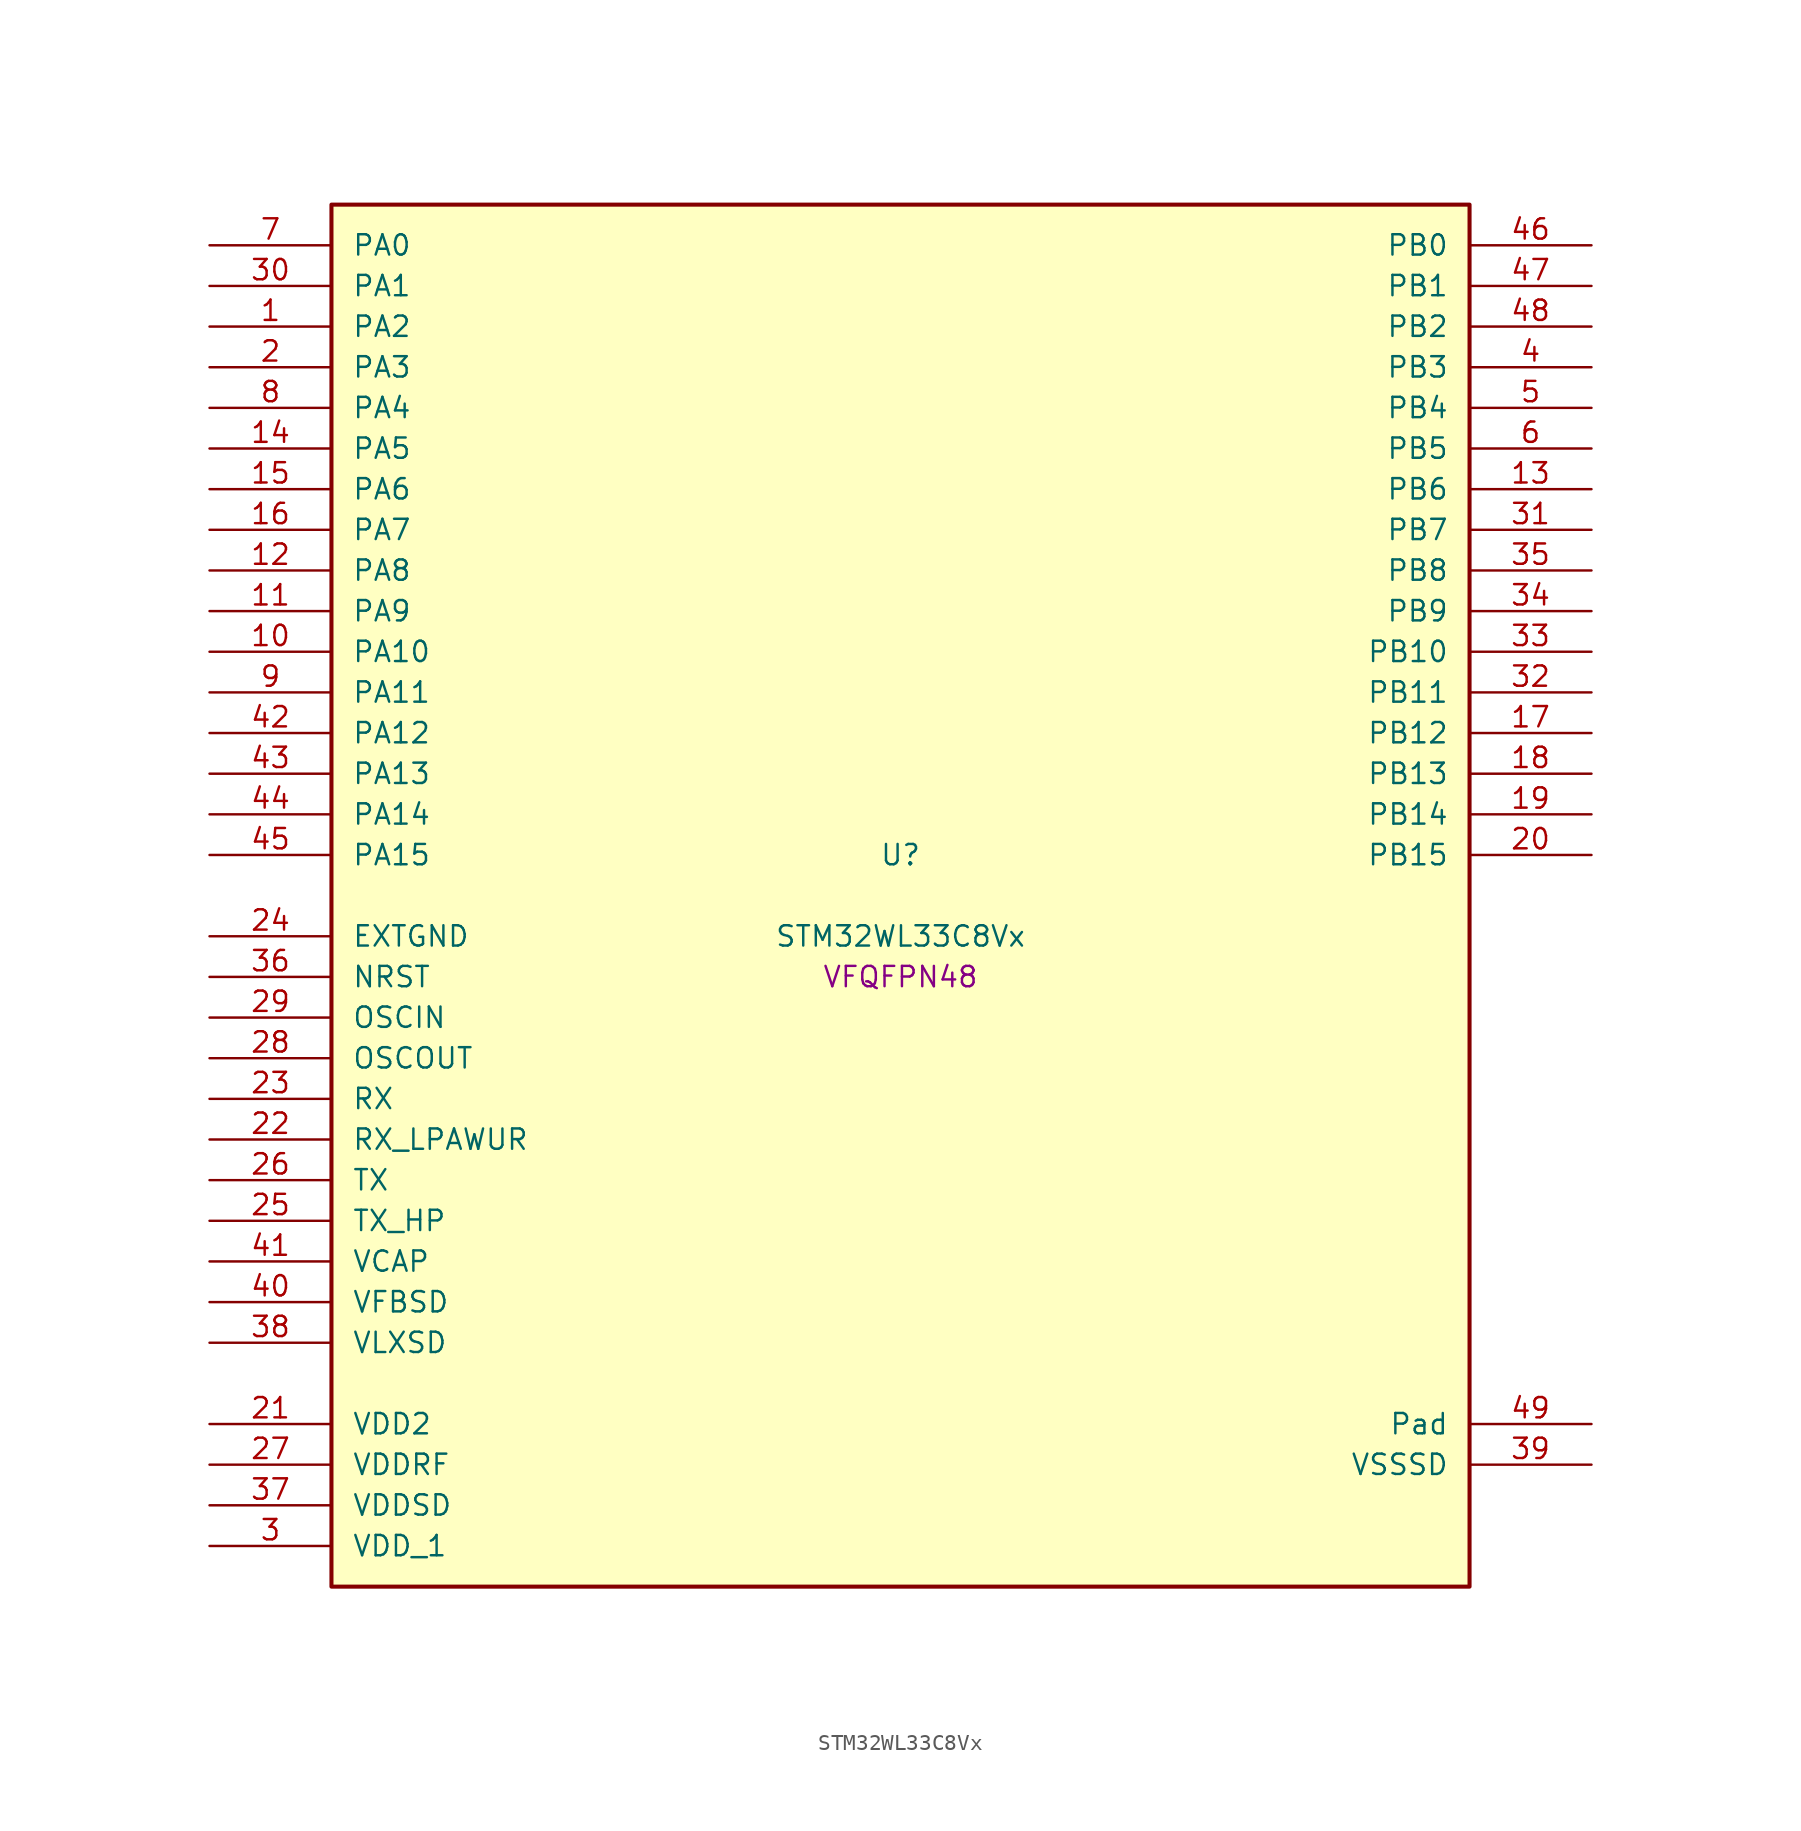
<source format=kicad_sym>
(kicad_symbol_lib
  (version 20241209)
  (generator "stm32_pkl_generator")
  (generator_version "1.0")
  (symbol "STM32WL33C8Vx"
    (pin_names
      (offset 1.27))
    (property "Reference" "U"
      (at 0 2.54 0))
    (property "Value" "STM32WL33C8Vx"
      (at 0 -2.54 0))
    (property "Footprint" "VFQFPN48"
      (at 0 -5.08 0))
    (symbol "STM32WL33C8Vx_1_1"
      (rectangle (start -35.56 43.18) (end 35.56 -43.18) (stroke (width 0.254) (type solid)) (fill (type background)))
      (pin bidirectional line (at -43.18 40.64 0) (length 7.62) (name "PA0") (number "7") (alternate "PA0/I2C1_SCL" bidirectional line) (alternate "PA0/LCD_COM4" bidirectional line) (alternate "PA0/LCD_SEG12" bidirectional line) (alternate "PA0/PWR_WKUP12" bidirectional line) (alternate "PA0/TIM2_CH3" bidirectional line) (alternate "PA0/USART1_CTS" bidirectional line))
      (pin bidirectional line (at -43.18 38.1 0) (length 7.62) (name "PA1") (number "30") (alternate "PA1/I2C1_SDA" bidirectional line) (alternate "PA1/LCD_SEG0" bidirectional line) (alternate "PA1/PWR_WKUP13" bidirectional line) (alternate "PA1/TIM16_BRK" bidirectional line) (alternate "PA1/TIM2_CH4" bidirectional line) (alternate "PA1/USART1_TX" bidirectional line))
      (pin bidirectional line (at -43.18 35.56 0) (length 7.62) (name "PA2") (number "1") (alternate "PA2/ADC1_VINM2" bidirectional line) (alternate "PA2/DEBUG_SWDIO" bidirectional line) (alternate "PA2/I2S3_MCK" bidirectional line) (alternate "PA2/LCD_SEG1" bidirectional line) (alternate "PA2/PWR_WKUP14" bidirectional line) (alternate "PA2/TIM16_CH1" bidirectional line) (alternate "PA2/TIM2_CH1" bidirectional line) (alternate "PA2/USART1_CK" bidirectional line))
      (pin bidirectional line (at -43.18 33.02 0) (length 7.62) (name "PA3") (number "2") (alternate "PA3/ADC1_VINP2" bidirectional line) (alternate "PA3/DEBUG_SWCLK" bidirectional line) (alternate "PA3/I2S3_CK" bidirectional line) (alternate "PA3/LCD_SEG2" bidirectional line) (alternate "PA3/PWR_WKUP15" bidirectional line) (alternate "PA3/SPI3_SCK" bidirectional line) (alternate "PA3/TIM16_CH1N" bidirectional line) (alternate "PA3/TIM2_CH2" bidirectional line) (alternate "PA3/USART1_DE" bidirectional line) (alternate "PA3/USART1_RTS" bidirectional line))
      (pin bidirectional line (at -43.18 30.48 0) (length 7.62) (name "PA4") (number "8") (alternate "PA4/COMP1_OUT" bidirectional line) (alternate "PA4/LPUART1_TX" bidirectional line) (alternate "PA4/RCC_LCO" bidirectional line) (alternate "PA4/TIM2_CH1" bidirectional line))
      (pin bidirectional line (at -43.18 27.94 0) (length 7.62) (name "PA5") (number "14") (alternate "PA5/LCD_SEG9" bidirectional line) (alternate "PA5/LPUART1_RX" bidirectional line) (alternate "PA5/RCC_MCO" bidirectional line) (alternate "PA5/TIM2_CH2" bidirectional line))
      (pin bidirectional line (at -43.18 25.4 0) (length 7.62) (name "PA6") (number "15") (alternate "PA6/I2C2_SCL" bidirectional line) (alternate "PA6/TIM2_CH1" bidirectional line) (alternate "PA6/USART1_CTS" bidirectional line))
      (pin bidirectional line (at -43.18 22.86 0) (length 7.62) (name "PA7") (number "16") (alternate "PA7/I2C2_SDA" bidirectional line) (alternate "PA7/LPUART1_DE" bidirectional line) (alternate "PA7/LPUART1_RTS" bidirectional line) (alternate "PA7/PWR_WKUP7" bidirectional line) (alternate "PA7/TIM2_CH2" bidirectional line))
      (pin bidirectional line (at -43.18 20.32 0) (length 7.62) (name "PA8") (number "12") (alternate "PA8/LCD_COM0" bidirectional line) (alternate "PA8/MRSUBG_RX_SEQUENCE" bidirectional line) (alternate "PA8/PWR_WKUP8" bidirectional line) (alternate "PA8/RTC_OUT" bidirectional line) (alternate "PA8/RTC_TAMP1" bidirectional line) (alternate "PA8/RTC_TS" bidirectional line) (alternate "PA8/SPI3_MISO" bidirectional line) (alternate "PA8/TIM2_CH3" bidirectional line) (alternate "PA8/USART1_RX" bidirectional line))
      (pin bidirectional line (at -43.18 17.78 0) (length 7.62) (name "PA9") (number "11") (alternate "PA9/I2S3_WS" bidirectional line) (alternate "PA9/LCD_SEG3" bidirectional line) (alternate "PA9/PWR_WKUP9" bidirectional line) (alternate "PA9/RTC_OUT" bidirectional line) (alternate "PA9/SPI3_NSS" bidirectional line) (alternate "PA9/TIM2_CH4" bidirectional line) (alternate "PA9/USART1_TX" bidirectional line))
      (pin bidirectional line (at -43.18 15.24 0) (length 7.62) (name "PA10") (number "10") (alternate "PA10/I2S3_MCK" bidirectional line) (alternate "PA10/LCD_SEG4" bidirectional line) (alternate "PA10/LPUART1_CTS" bidirectional line) (alternate "PA10/MRSUBG_TX_DATA" bidirectional line) (alternate "PA10/MRSUBG_TX_SEQUENCE" bidirectional line) (alternate "PA10/PWR_WKUP10" bidirectional line))
      (pin bidirectional line (at -43.18 12.7 0) (length 7.62) (name "PA11") (number "9") (alternate "PA11/I2S3_SD" bidirectional line) (alternate "PA11/LCD_SEG5" bidirectional line) (alternate "PA11/MRSUBG_RX_SEQUENCE" bidirectional line) (alternate "PA11/MRSUBG_TX_CLOCK" bidirectional line) (alternate "PA11/PWR_WKUP11" bidirectional line) (alternate "PA11/RCC_MCO" bidirectional line) (alternate "PA11/SPI3_MOSI" bidirectional line))
      (pin bidirectional line (at -43.18 10.16 0) (length 7.62) (name "PA12") (number "42") (alternate "PA12/DEBUG_SWDIO" bidirectional line) (alternate "PA12/I2C1_SMBA" bidirectional line) (alternate "PA12/SPI1_NSS" bidirectional line) (alternate "PA12/TIM2_CH1" bidirectional line))
      (pin bidirectional line (at -43.18 7.62 0) (length 7.62) (name "PA13") (number "43") (alternate "PA13/COMP1_INM" bidirectional line) (alternate "PA13/DAC1_OUT1" bidirectional line) (alternate "PA13/DEBUG_SWCLK" bidirectional line) (alternate "PA13/I2C2_SCL" bidirectional line) (alternate "PA13/LCD_SEG10" bidirectional line) (alternate "PA13/SPI1_SCK" bidirectional line) (alternate "PA13/TIM2_ETR" bidirectional line))
      (pin bidirectional line (at -43.18 5.08 0) (length 7.62) (name "PA14") (number "44") (alternate "PA14/COMP1_INP" bidirectional line) (alternate "PA14/I2C2_SDA" bidirectional line) (alternate "PA14/LCD_SEG11" bidirectional line) (alternate "PA14/LCSC_LCB" bidirectional line) (alternate "PA14/SPI1_MISO" bidirectional line))
      (pin bidirectional line (at -43.18 2.54 0) (length 7.62) (name "PA15") (number "45") (alternate "PA15/I2C2_SMBA" bidirectional line) (alternate "PA15/SPI1_MOSI" bidirectional line) (alternate "PA15/USART1_RX" bidirectional line))
      (pin bidirectional line (at 43.18 40.64 180) (length 7.62) (name "PB0") (number "46") (alternate "PB0/ADC1_VINM1" bidirectional line) (alternate "PB0/COMP1_INM" bidirectional line) (alternate "PB0/LCD_COM1" bidirectional line) (alternate "PB0/LPUART1_DE" bidirectional line) (alternate "PB0/LPUART1_RTS" bidirectional line) (alternate "PB0/MRSUBG_ANTENNA_SWITCH" bidirectional line) (alternate "PB0/PWR_WKUP0" bidirectional line) (alternate "PB0/SPI1_NSS" bidirectional line) (alternate "PB0/TIM16_CH1" bidirectional line) (alternate "PB0/USART1_RX" bidirectional line))
      (pin bidirectional line (at 43.18 38.1 180) (length 7.62) (name "PB1") (number "47") (alternate "PB1/ADC1_VINP1" bidirectional line) (alternate "PB1/COMP1_INP" bidirectional line) (alternate "PB1/DEBUG_SWDIO" bidirectional line) (alternate "PB1/LCD_SEG6" bidirectional line) (alternate "PB1/LCSC_LCA" bidirectional line) (alternate "PB1/MRSUBG_RX_DATA" bidirectional line) (alternate "PB1/PWR_WKUP1" bidirectional line) (alternate "PB1/SPI1_SCK" bidirectional line) (alternate "PB1/TIM16_CH1N" bidirectional line) (alternate "PB1/USART1_CK" bidirectional line))
      (pin bidirectional line (at 43.18 35.56 180) (length 7.62) (name "PB2") (number "48") (alternate "PB2/ADC1_VINM0" bidirectional line) (alternate "PB2/COMP1_INP" bidirectional line) (alternate "PB2/DEBUG_SWCLK" bidirectional line) (alternate "PB2/LCD_SEG7" bidirectional line) (alternate "PB2/LCSC_LCT" bidirectional line) (alternate "PB2/MRSUBG_RX_CLOCK" bidirectional line) (alternate "PB2/PWR_WKUP2" bidirectional line) (alternate "PB2/SPI1_MISO" bidirectional line) (alternate "PB2/TIM16_BRK" bidirectional line) (alternate "PB2/USART1_DE" bidirectional line) (alternate "PB2/USART1_RTS" bidirectional line))
      (pin bidirectional line (at 43.18 33.02 180) (length 7.62) (name "PB3") (number "4") (alternate "PB3/ADC1_VINP0" bidirectional line) (alternate "PB3/COMP1_INM" bidirectional line) (alternate "PB3/LCD_SEG8" bidirectional line) (alternate "PB3/LPUART1_TX" bidirectional line) (alternate "PB3/PWR_WKUP3" bidirectional line) (alternate "PB3/SPI1_MOSI" bidirectional line) (alternate "PB3/TIM2_CH4" bidirectional line) (alternate "PB3/USART1_CTS" bidirectional line))
      (pin bidirectional line (at 43.18 30.48 180) (length 7.62) (name "PB4") (number "5") (alternate "PB4/ADC1_VINM3" bidirectional line) (alternate "PB4/DAC1_VCMBUFF" bidirectional line) (alternate "PB4/LCD_COM5" bidirectional line) (alternate "PB4/LCD_SEG13" bidirectional line) (alternate "PB4/LPUART1_TX" bidirectional line) (alternate "PB4/PWR_WKUP4" bidirectional line) (alternate "PB4/SPI3_MISO" bidirectional line))
      (pin bidirectional line (at 43.18 27.94 180) (length 7.62) (name "PB5") (number "6") (alternate "PB5/ADC1_VINP3" bidirectional line) (alternate "PB5/I2S3_WS" bidirectional line) (alternate "PB5/LCD_COM6" bidirectional line) (alternate "PB5/LCD_SEG14" bidirectional line) (alternate "PB5/LPUART1_RX" bidirectional line) (alternate "PB5/PWR_WKUP5" bidirectional line) (alternate "PB5/SPI3_NSS" bidirectional line))
      (pin bidirectional line (at 43.18 25.4 180) (length 7.62) (name "PB6") (number "13") (alternate "PB6/COMP1_OUT" bidirectional line) (alternate "PB6/I2C1_SCL" bidirectional line) (alternate "PB6/I2S3_CK" bidirectional line) (alternate "PB6/LCD_COM7" bidirectional line) (alternate "PB6/LCD_SEG15" bidirectional line) (alternate "PB6/LPUART1_TX" bidirectional line) (alternate "PB6/PWR_WKUP6" bidirectional line) (alternate "PB6/SPI3_SCK" bidirectional line) (alternate "PB6/TIM2_CH3" bidirectional line))
      (pin bidirectional line (at 43.18 22.86 180) (length 7.62) (name "PB7") (number "31") (alternate "PB7/I2C1_SDA" bidirectional line) (alternate "PB7/I2S3_SD" bidirectional line) (alternate "PB7/LCD_COM2" bidirectional line) (alternate "PB7/LPUART1_RX" bidirectional line) (alternate "PB7/PWR_WKUP7" bidirectional line) (alternate "PB7/SPI3_MOSI" bidirectional line) (alternate "PB7/TIM2_ETR" bidirectional line))
      (pin bidirectional line (at 43.18 20.32 180) (length 7.62) (name "PB8") (number "35") (alternate "PB8/LPUART1_RX" bidirectional line) (alternate "PB8/SPI1_MISO" bidirectional line) (alternate "PB8/TIM2_CH4" bidirectional line) (alternate "PB8/USART1_CK" bidirectional line))
      (pin bidirectional line (at 43.18 17.78 180) (length 7.62) (name "PB9") (number "34") (alternate "PB9/LPUART1_CTS" bidirectional line) (alternate "PB9/SPI1_MOSI" bidirectional line) (alternate "PB9/USART1_TX" bidirectional line))
      (pin bidirectional line (at 43.18 15.24 180) (length 7.62) (name "PB10") (number "33") (alternate "PB10/I2C1_SDA" bidirectional line) (alternate "PB10/SPI1_NSS" bidirectional line) (alternate "PB10/TIM2_CH2" bidirectional line))
      (pin bidirectional line (at 43.18 12.7 180) (length 7.62) (name "PB11") (number "32") (alternate "PB11/I2C1_SCL" bidirectional line) (alternate "PB11/SPI1_SCK" bidirectional line) (alternate "PB11/TIM2_CH1" bidirectional line) (alternate "PB11/USART1_DE" bidirectional line) (alternate "PB11/USART1_RTS" bidirectional line))
      (pin bidirectional line (at 43.18 10.16 180) (length 7.62) (name "PB12") (number "17") (alternate "PB12/LPUART1_CTS" bidirectional line) (alternate "PB12/RCC_LCO" bidirectional line) (alternate "PB12/RCC_OSC32_OUT" bidirectional line) (alternate "PB12/TIM2_CH3" bidirectional line) (alternate "PB12/USART1_DE" bidirectional line) (alternate "PB12/USART1_RTS" bidirectional line))
      (pin bidirectional line (at 43.18 7.62 180) (length 7.62) (name "PB13") (number "18") (alternate "PB13/I2C2_SMBA" bidirectional line) (alternate "PB13/RCC_OSC32_IN" bidirectional line) (alternate "PB13/TIM2_CH4" bidirectional line))
      (pin bidirectional line (at 43.18 5.08 180) (length 7.62) (name "PB14") (number "19") (alternate "PB14/I2C1_SMBA" bidirectional line) (alternate "PB14/LCD_COM3" bidirectional line) (alternate "PB14/MRSUBG_TX_SEQUENCE" bidirectional line) (alternate "PB14/PWR_PVD_IN" bidirectional line) (alternate "PB14/RCC_MCO" bidirectional line) (alternate "PB14/TIM2_ETR" bidirectional line) (alternate "PB14/USART1_RX" bidirectional line))
      (pin bidirectional line (at 43.18 2.54 180) (length 7.62) (name "PB15") (number "20") (alternate "PB15/COMP1_OUT" bidirectional line) (alternate "PB15/LCD_VLCD" bidirectional line) (alternate "PB15/USART1_TX" bidirectional line))
      (pin power_in line (at -43.18 -2.54 0) (length 7.62) (name "EXTGND") (number "24"))
      (pin input line (at -43.18 -5.08 0) (length 7.62) (name "NRST") (number "36"))
      (pin bidirectional line (at -43.18 -7.62 0) (length 7.62) (name "OSCIN") (number "29") (alternate "OSCIN/RCC_OSC_IN" bidirectional line))
      (pin bidirectional line (at -43.18 -10.16 0) (length 7.62) (name "OSCOUT") (number "28") (alternate "OSCOUT/RCC_OSC_OUT" bidirectional line))
      (pin input line (at -43.18 -12.7 0) (length 7.62) (name "RX") (number "23"))
      (pin input line (at -43.18 -15.24 0) (length 7.62) (name "RX_LPAWUR") (number "22"))
      (pin input line (at -43.18 -17.78 0) (length 7.62) (name "TX") (number "26"))
      (pin input line (at -43.18 -20.32 0) (length 7.62) (name "TX_HP") (number "25"))
      (pin power_in line (at -43.18 -22.86 0) (length 7.62) (name "VCAP") (number "41"))
      (pin power_in line (at -43.18 -25.4 0) (length 7.62) (name "VFBSD") (number "40"))
      (pin power_in line (at -43.18 -27.94 0) (length 7.62) (name "VLXSD") (number "38"))
      (pin power_in line (at -43.18 -33.02 0) (length 7.62) (name "VDD2") (number "21"))
      (pin power_in line (at -43.18 -35.56 0) (length 7.62) (name "VDDRF") (number "27"))
      (pin power_in line (at -43.18 -38.1 0) (length 7.62) (name "VDDSD") (number "37"))
      (pin power_in line (at -43.18 -40.64 0) (length 7.62) (name "VDD_1") (number "3"))
      (pin passive line (at 43.18 -33.02 180) (length 7.62) (name "Pad") (number "49"))
      (pin power_in line (at 43.18 -35.56 180) (length 7.62) (name "VSSSD") (number "39")))))
</source>
